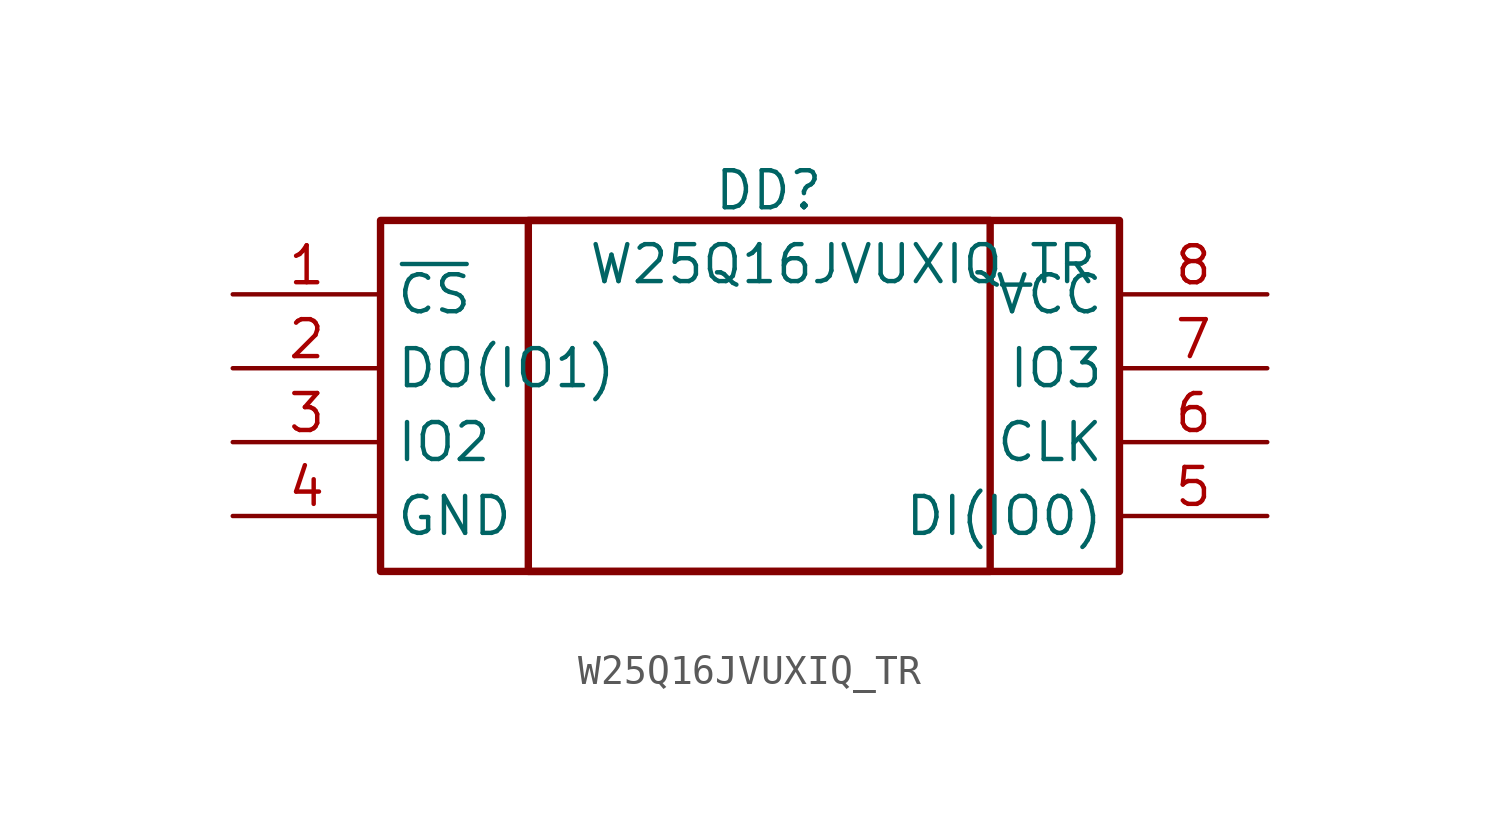
<source format=kicad_sym>
(kicad_symbol_lib
  (version 20241209)
  (generator "kicad_symbol_editor")
  (generator_version "9.0")
  (symbol "W25Q16JVUXIQ_TR"
    (property "Reference" "DD"
      (at 16.51 4.318 0)
      (effects (font (size 1.27 1.27)) (justify left top)))
    (property "Value" "W25Q16JVUXIQ_TR"
      (at 12.192 1.778 0)
      (effects (font (size 1.27 1.27)) (justify left top)))
    (symbol "W25Q16JVUXIQ_TR_1_1"
      (rectangle (start 5.08 2.54) (end 30.48 -9.525) (stroke (width 0.254) (type default)) (fill (type none)))
      (rectangle (start 10.16 2.54) (end 26.035 -9.525) (stroke (width 0.254) (type default)) (fill (type none)))
      (pin passive line (at 0 0 0) (length 5.08) (name "~{CS}" (effects (font (size 1.27 1.27)))) (number "1" (effects (font (size 1.27 1.27)))))
      (pin passive line (at 0 -2.54 0) (length 5.08) (name "DO(IO1)" (effects (font (size 1.27 1.27)))) (number "2" (effects (font (size 1.27 1.27)))))
      (pin passive line (at 0 -5.08 0) (length 5.08) (name "IO2" (effects (font (size 1.27 1.27)))) (number "3" (effects (font (size 1.27 1.27)))))
      (pin passive line (at 0 -7.62 0) (length 5.08) (name "GND" (effects (font (size 1.27 1.27)))) (number "4" (effects (font (size 1.27 1.27)))))
      (pin passive line (at 35.56 0 180) (length 5.08) (name "VCC" (effects (font (size 1.27 1.27)))) (number "8" (effects (font (size 1.27 1.27)))))
      (pin passive line (at 35.56 -2.54 180) (length 5.08) (name "IO3" (effects (font (size 1.27 1.27)))) (number "7" (effects (font (size 1.27 1.27)))))
      (pin passive line (at 35.56 -5.08 180) (length 5.08) (name "CLK" (effects (font (size 1.27 1.27)))) (number "6" (effects (font (size 1.27 1.27)))))
      (pin passive line (at 35.56 -7.62 180) (length 5.08) (name "DI(IO0)" (effects (font (size 1.27 1.27)))) (number "5" (effects (font (size 1.27 1.27)))))
      (pin passive line (at 35.56 -10.16 180) (length 5.08) (hide yes) (name "EP" (effects (font (size 1.27 1.27)))) (number "9" (effects (font (size 1.27 1.27))))))))
</source>
